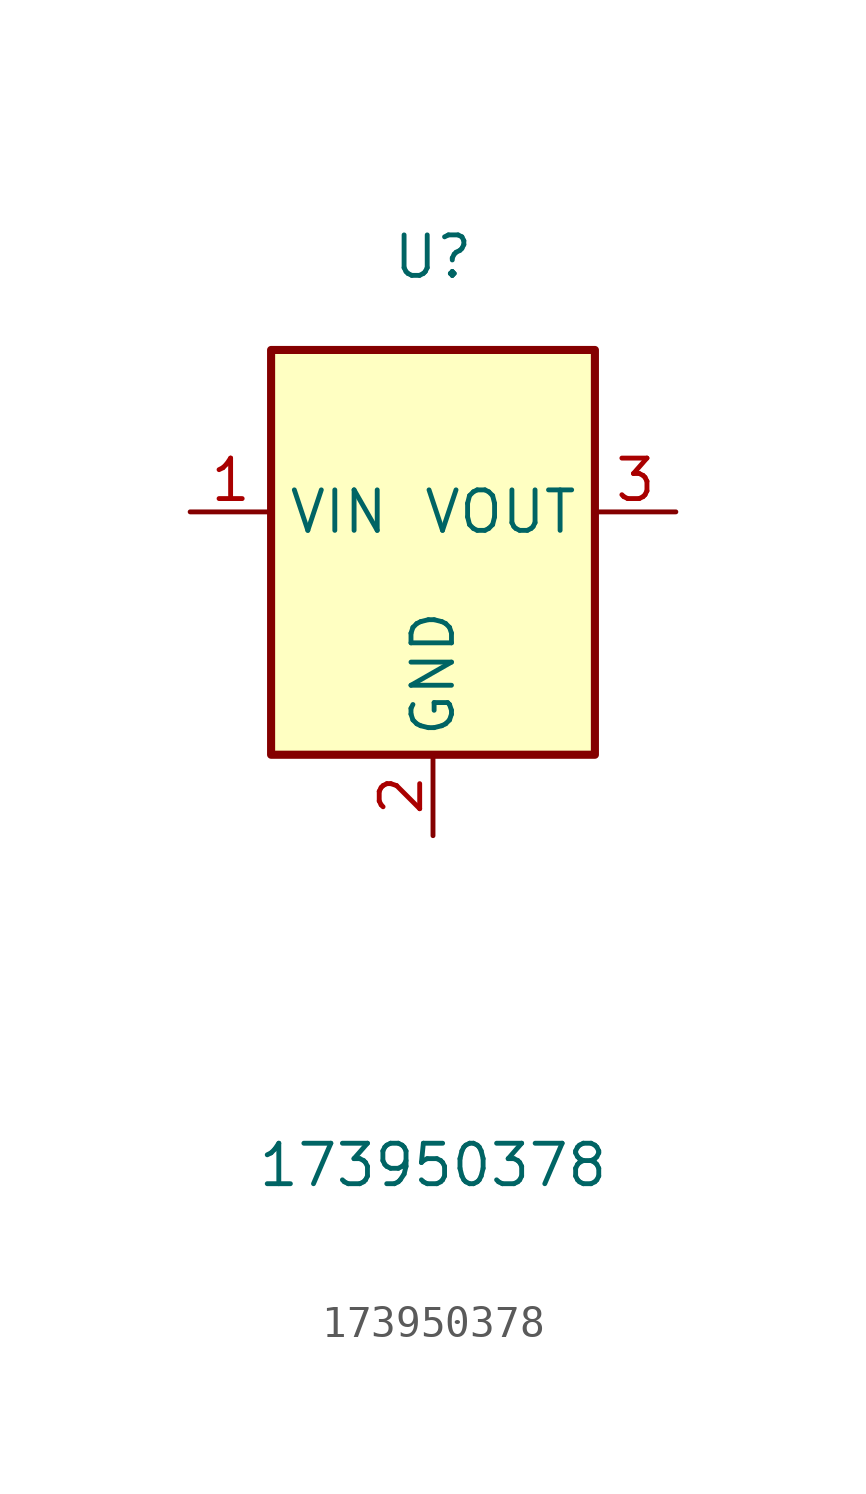
<source format=kicad_sym>
(kicad_symbol_lib
  (version 20220914)
  (generator kicad_symbol_editor)
  (symbol "173950378"
    (property "Reference" "U"
      (at 0 8 0)
      (effects (font (size 1.27 1.27))))
    (property "Value" "173950378"
      (at 0 -20.5 0)
      (effects (font (size 1.27 1.27))))
    (symbol "173950378_1_0"
      (rectangle (start -5.08 5.08) (end 5.08 -7.62) (stroke (width 0.254) (type solid)) (fill (type background))))
    (symbol "173950378_1_1"
      (pin power_in line (at -7.62 0 0) (length 2.54) (name "VIN" (effects (font (size 1.27 1.27)))) (number "1" (effects (font (size 1.27 1.27)))))
      (pin power_in line (at 0 -10.16 90) (length 2.54) (name "GND" (effects (font (size 1.27 1.27)))) (number "2" (effects (font (size 1.27 1.27)))))
      (pin power_out line (at 7.62 0 180) (length 2.54) (name "VOUT" (effects (font (size 1.27 1.27)))) (number "3" (effects (font (size 1.27 1.27))))))))
</source>
